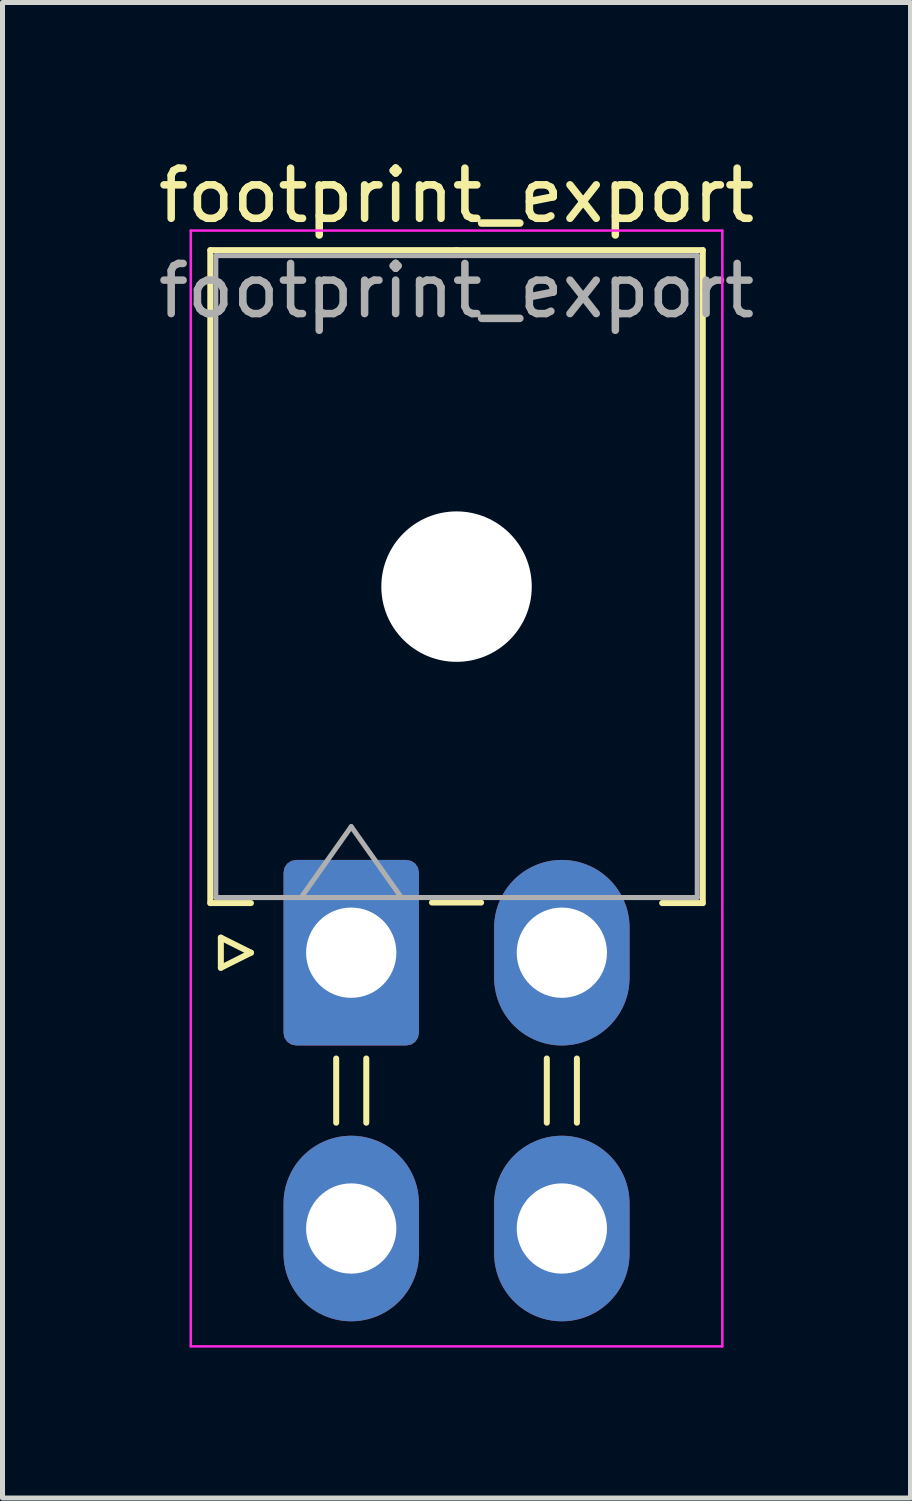
<source format=kicad_pcb>
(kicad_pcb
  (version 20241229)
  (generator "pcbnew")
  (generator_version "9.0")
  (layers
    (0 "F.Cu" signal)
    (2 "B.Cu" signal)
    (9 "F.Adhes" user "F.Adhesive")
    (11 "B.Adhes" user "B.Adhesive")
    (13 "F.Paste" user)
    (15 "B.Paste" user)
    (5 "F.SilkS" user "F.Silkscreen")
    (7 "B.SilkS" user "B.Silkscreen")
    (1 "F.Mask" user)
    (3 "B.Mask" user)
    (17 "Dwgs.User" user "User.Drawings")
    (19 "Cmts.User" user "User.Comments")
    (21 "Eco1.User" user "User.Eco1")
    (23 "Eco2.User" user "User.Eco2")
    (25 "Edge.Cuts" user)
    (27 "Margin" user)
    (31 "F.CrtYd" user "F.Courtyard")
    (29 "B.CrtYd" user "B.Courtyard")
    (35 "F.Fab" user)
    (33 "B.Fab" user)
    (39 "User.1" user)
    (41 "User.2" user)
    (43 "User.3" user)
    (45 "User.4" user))
  (footprint "footprint_export"
    (layer "F.Cu")
    (at 3.954 15.948)
    (property "Reference" "footprint_export" (at 2.1 -15.1 0) (layer "F.SilkS") (effects (font (size 1 1) (thickness 0.15))))
    (attr through_hole)
    (fp_line (start -2.81 -14.01) (end 2.1 -14.01) (stroke (width 0.12) (type solid)) (layer "F.SilkS"))
    (fp_line (start -2.81 -0.99) (end -2.81 -14.01) (stroke (width 0.12) (type solid)) (layer "F.SilkS"))
    (fp_line (start -2.6 -0.3) (end -2 0) (stroke (width 0.12) (type solid)) (layer "F.SilkS"))
    (fp_line (start -2.6 0.3) (end -2.6 -0.3) (stroke (width 0.12) (type solid)) (layer "F.SilkS"))
    (fp_line (start -2 -0.99) (end -2.81 -0.99) (stroke (width 0.12) (type solid)) (layer "F.SilkS"))
    (fp_line (start -2 0) (end -2.6 0.3) (stroke (width 0.12) (type solid)) (layer "F.SilkS"))
    (fp_line (start -0.3 2.11) (end -0.3 3.39) (stroke (width 0.12) (type solid)) (layer "F.SilkS"))
    (fp_line (start 0.3 2.11) (end 0.3 3.39) (stroke (width 0.12) (type solid)) (layer "F.SilkS"))
    (fp_line (start 1.61 -1) (end 2.59 -1) (stroke (width 0.12) (type solid)) (layer "F.SilkS"))
    (fp_line (start 3.9 2.11) (end 3.9 3.39) (stroke (width 0.12) (type solid)) (layer "F.SilkS"))
    (fp_line (start 4.5 2.11) (end 4.5 3.39) (stroke (width 0.12) (type solid)) (layer "F.SilkS"))
    (fp_line (start 6.2 -0.99) (end 7.01 -0.99) (stroke (width 0.12) (type solid)) (layer "F.SilkS"))
    (fp_line (start 7.01 -14.01) (end 2.1 -14.01) (stroke (width 0.12) (type solid)) (layer "F.SilkS"))
    (fp_line (start 7.01 -0.99) (end 7.01 -14.01) (stroke (width 0.12) (type solid)) (layer "F.SilkS"))
    (fp_line (start -3.2 -14.4) (end -3.2 7.85) (stroke (width 0.05) (type solid)) (layer "F.CrtYd"))
    (fp_line (start -3.2 7.85) (end 7.4 7.85) (stroke (width 0.05) (type solid)) (layer "F.CrtYd"))
    (fp_line (start 7.4 -14.4) (end -3.2 -14.4) (stroke (width 0.05) (type solid)) (layer "F.CrtYd"))
    (fp_line (start 7.4 7.85) (end 7.4 -14.4) (stroke (width 0.05) (type solid)) (layer "F.CrtYd"))
    (fp_line (start -2.7 -13.9) (end -2.7 -1.1) (stroke (width 0.1) (type solid)) (layer "F.Fab"))
    (fp_line (start -2.7 -1.1) (end 6.9 -1.1) (stroke (width 0.1) (type solid)) (layer "F.Fab"))
    (fp_line (start -1 -1.1) (end 0 -2.514) (stroke (width 0.1) (type solid)) (layer "F.Fab"))
    (fp_line (start 0 -2.514) (end 1 -1.1) (stroke (width 0.1) (type solid)) (layer "F.Fab"))
    (fp_line (start 6.9 -13.9) (end -2.7 -13.9) (stroke (width 0.1) (type solid)) (layer "F.Fab"))
    (fp_line (start 6.9 -1.1) (end 6.9 -13.9) (stroke (width 0.1) (type solid)) (layer "F.Fab"))
    (fp_text user "${REFERENCE}" (at 2.1 -13.2 0) (layer "F.Fab") (effects (font (size 1 1) (thickness 0.15))))
    (pad "" np_thru_hole circle (at 2.1 -7.3) (size 3 3) (drill 3) (layers "*.Cu" "*.Mask"))
    (pad "1" thru_hole roundrect (at 0 0) (size 2.7 3.7) (drill 1.8) (layers "*.Cu" "*.Mask") (roundrect_rratio 0.093))
    (pad "2" thru_hole oval (at 4.2 0) (size 2.7 3.7) (drill 1.8) (layers "*.Cu" "*.Mask"))
    (pad "3" thru_hole oval (at 0 5.5) (size 2.7 3.7) (drill 1.8) (layers "*.Cu" "*.Mask"))
    (pad "4" thru_hole oval (at 4.2 5.5) (size 2.7 3.7) (drill 1.8) (layers "*.Cu" "*.Mask")))
  (gr_rect
    (start -3 -3)
    (end 15.107 26.823)
    (stroke (width 0.1) (type default))
    (fill no)
    (layer "Edge.Cuts")))
</source>
